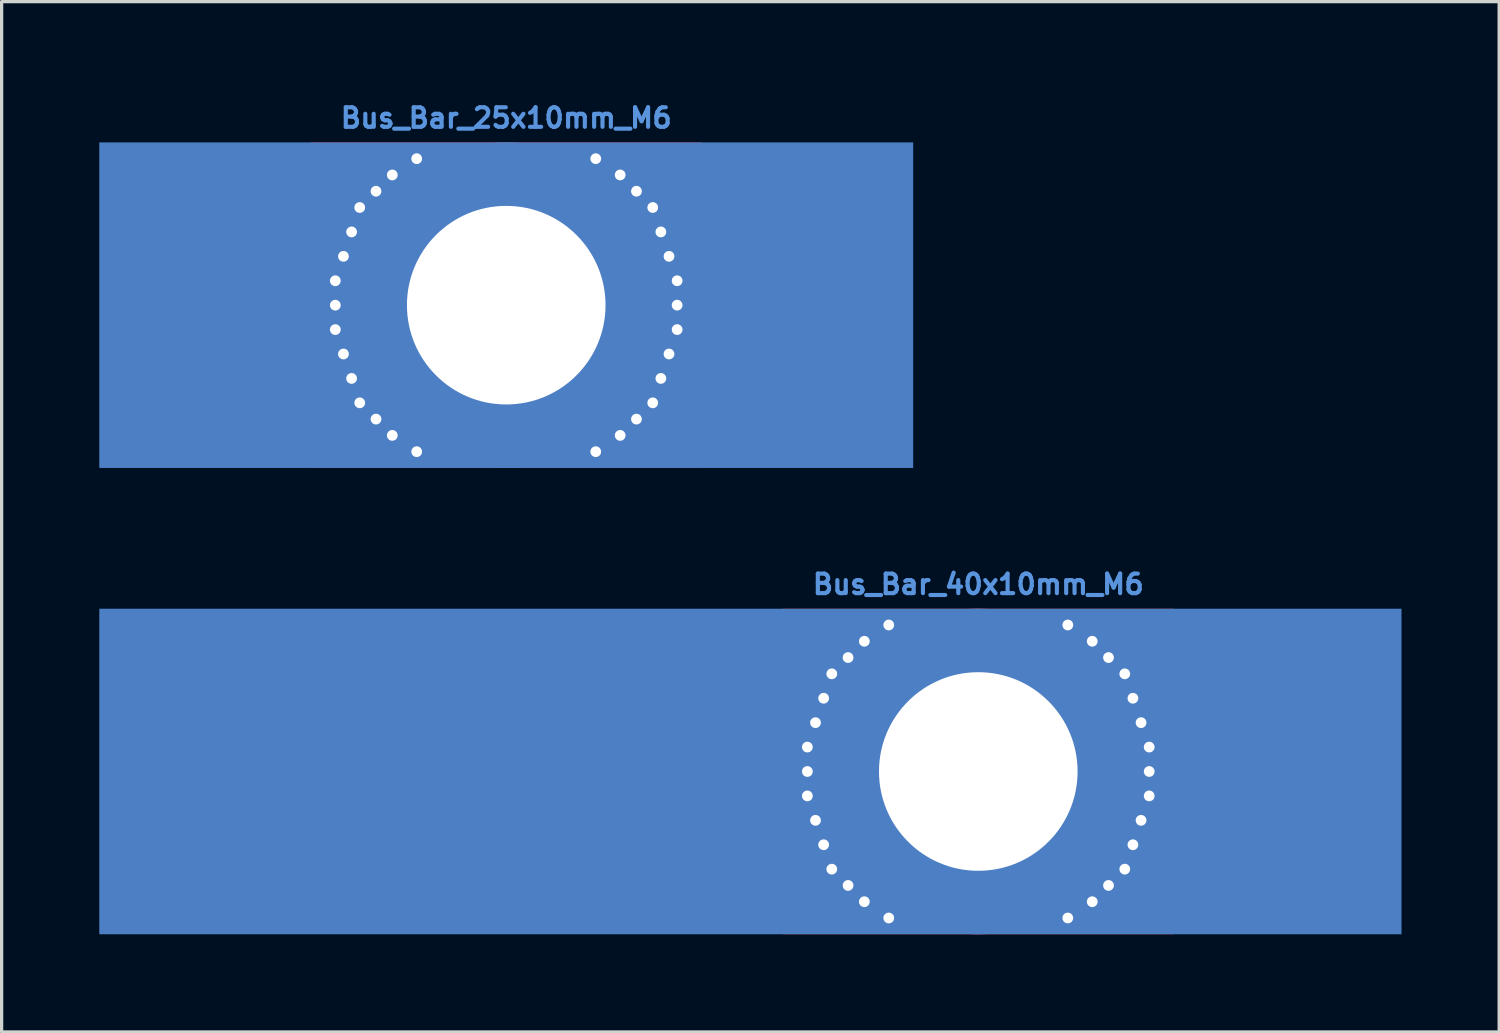
<source format=kicad_pcb>
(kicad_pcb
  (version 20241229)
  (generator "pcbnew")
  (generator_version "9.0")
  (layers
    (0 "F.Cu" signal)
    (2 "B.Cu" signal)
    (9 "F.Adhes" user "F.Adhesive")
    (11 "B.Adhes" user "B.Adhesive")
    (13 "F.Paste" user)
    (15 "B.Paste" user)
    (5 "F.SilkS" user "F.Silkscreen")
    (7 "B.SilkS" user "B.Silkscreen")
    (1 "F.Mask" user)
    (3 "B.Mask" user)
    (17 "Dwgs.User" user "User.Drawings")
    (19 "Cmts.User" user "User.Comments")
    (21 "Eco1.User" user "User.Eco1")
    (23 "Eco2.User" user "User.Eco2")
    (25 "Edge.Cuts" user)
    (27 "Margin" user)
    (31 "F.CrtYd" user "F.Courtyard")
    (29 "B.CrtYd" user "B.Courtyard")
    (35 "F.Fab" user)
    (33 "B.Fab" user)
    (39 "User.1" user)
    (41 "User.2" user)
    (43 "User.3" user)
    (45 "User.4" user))
  (footprint "Bus_Bar_40x10mm_M6"
    (layer "F.Cu")
    (at 20 20.648)
    (property "Reference" "Bus_Bar_40x10mm_M6" (at 7 -5.75 0) (layer "Cmts.User") (effects (font (size 0.6 0.6) (thickness 0.127))))
    (attr exclude_from_pos_files exclude_from_bom)
    (pad "1" connect rect (at 0 0) (size 40 10) (layers "B.Cu" "B.Mask"))
    (pad "1" thru_hole circle (at 1.75 -0.75) (size 0.8 0.8) (drill 0.33) (layers "*.Cu" "*.Mask"))
    (pad "1" thru_hole circle (at 1.75 0) (size 0.8 0.8) (drill 0.33) (layers "*.Cu" "*.Mask"))
    (pad "1" thru_hole circle (at 1.75 0.75) (size 0.8 0.8) (drill 0.33) (layers "*.Cu" "*.Mask"))
    (pad "1" thru_hole circle (at 2 -1.5) (size 0.8 0.8) (drill 0.33) (layers "*.Cu" "*.Mask"))
    (pad "1" thru_hole circle (at 2 1.5) (size 0.8 0.8) (drill 0.33) (layers "*.Cu" "*.Mask"))
    (pad "1" thru_hole circle (at 2.25 -2.25) (size 0.8 0.8) (drill 0.33) (layers "*.Cu" "*.Mask"))
    (pad "1" thru_hole circle (at 2.25 2.25) (size 0.8 0.8) (drill 0.33) (layers "*.Cu" "*.Mask"))
    (pad "1" thru_hole circle (at 2.5 -3) (size 0.8 0.8) (drill 0.33) (layers "*.Cu" "*.Mask"))
    (pad "1" thru_hole circle (at 2.5 3) (size 0.8 0.8) (drill 0.33) (layers "*.Cu" "*.Mask"))
    (pad "1" thru_hole circle (at 3 -3.5) (size 0.8 0.8) (drill 0.33) (layers "*.Cu" "*.Mask"))
    (pad "1" thru_hole circle (at 3 3.5) (size 0.8 0.8) (drill 0.33) (layers "*.Cu" "*.Mask"))
    (pad "1" thru_hole circle (at 3.5 -4) (size 0.8 0.8) (drill 0.33) (layers "*.Cu" "*.Mask"))
    (pad "1" thru_hole circle (at 3.5 4) (size 0.8 0.8) (drill 0.33) (layers "*.Cu" "*.Mask"))
    (pad "1" thru_hole circle (at 4.25 -4.5) (size 0.8 0.8) (drill 0.33) (layers "*.Cu" "*.Mask"))
    (pad "1" thru_hole circle (at 4.25 4.5) (size 0.8 0.8) (drill 0.33) (layers "*.Cu" "*.Mask"))
    (pad "1" thru_hole circle (at 7 0) (size 10 10) (drill 6.1) (layers "*.Cu" "*.Mask"))
    (pad "1" connect rect (at 7 0) (size 12 10) (layers "F.Cu" "F.Mask"))
    (pad "1" thru_hole circle (at 9.75 -4.5) (size 0.8 0.8) (drill 0.33) (layers "*.Cu" "*.Mask"))
    (pad "1" thru_hole circle (at 9.75 4.5) (size 0.8 0.8) (drill 0.33) (layers "*.Cu" "*.Mask"))
    (pad "1" thru_hole circle (at 10.5 -4) (size 0.8 0.8) (drill 0.33) (layers "*.Cu" "*.Mask"))
    (pad "1" thru_hole circle (at 10.5 4) (size 0.8 0.8) (drill 0.33) (layers "*.Cu" "*.Mask"))
    (pad "1" thru_hole circle (at 11 -3.5) (size 0.8 0.8) (drill 0.33) (layers "*.Cu" "*.Mask"))
    (pad "1" thru_hole circle (at 11 3.5) (size 0.8 0.8) (drill 0.33) (layers "*.Cu" "*.Mask"))
    (pad "1" thru_hole circle (at 11.5 -3) (size 0.8 0.8) (drill 0.33) (layers "*.Cu" "*.Mask"))
    (pad "1" thru_hole circle (at 11.5 3) (size 0.8 0.8) (drill 0.33) (layers "*.Cu" "*.Mask"))
    (pad "1" thru_hole circle (at 11.75 -2.25) (size 0.8 0.8) (drill 0.33) (layers "*.Cu" "*.Mask"))
    (pad "1" thru_hole circle (at 11.75 2.25) (size 0.8 0.8) (drill 0.33) (layers "*.Cu" "*.Mask"))
    (pad "1" thru_hole circle (at 12 -1.5) (size 0.8 0.8) (drill 0.33) (layers "*.Cu" "*.Mask"))
    (pad "1" thru_hole circle (at 12 1.5) (size 0.8 0.8) (drill 0.33) (layers "*.Cu" "*.Mask"))
    (pad "1" thru_hole circle (at 12.25 -0.75) (size 0.8 0.8) (drill 0.33) (layers "*.Cu" "*.Mask"))
    (pad "1" thru_hole circle (at 12.25 0) (size 0.8 0.8) (drill 0.33) (layers "*.Cu" "*.Mask"))
    (pad "1" thru_hole circle (at 12.25 0.75) (size 0.8 0.8) (drill 0.33) (layers "*.Cu" "*.Mask")))
  (footprint "Bus_Bar_25x10mm_M6"
    (layer "F.Cu")
    (at 12.5 6.324)
    (property "Reference" "Bus_Bar_25x10mm_M6" (at 0 -5.75 0) (layer "Cmts.User") (effects (font (size 0.6 0.6) (thickness 0.127))))
    (attr exclude_from_pos_files exclude_from_bom)
    (pad "1" thru_hole circle (at -5.25 -0.75) (size 0.8 0.8) (drill 0.33) (layers "*.Cu" "*.Mask"))
    (pad "1" thru_hole circle (at -5.25 0) (size 0.8 0.8) (drill 0.33) (layers "*.Cu" "*.Mask"))
    (pad "1" thru_hole circle (at -5.25 0.75) (size 0.8 0.8) (drill 0.33) (layers "*.Cu" "*.Mask"))
    (pad "1" thru_hole circle (at -5 -1.5) (size 0.8 0.8) (drill 0.33) (layers "*.Cu" "*.Mask"))
    (pad "1" thru_hole circle (at -5 1.5) (size 0.8 0.8) (drill 0.33) (layers "*.Cu" "*.Mask"))
    (pad "1" thru_hole circle (at -4.75 -2.25) (size 0.8 0.8) (drill 0.33) (layers "*.Cu" "*.Mask"))
    (pad "1" thru_hole circle (at -4.75 2.25) (size 0.8 0.8) (drill 0.33) (layers "*.Cu" "*.Mask"))
    (pad "1" thru_hole circle (at -4.5 -3) (size 0.8 0.8) (drill 0.33) (layers "*.Cu" "*.Mask"))
    (pad "1" thru_hole circle (at -4.5 3) (size 0.8 0.8) (drill 0.33) (layers "*.Cu" "*.Mask"))
    (pad "1" thru_hole circle (at -4 -3.5) (size 0.8 0.8) (drill 0.33) (layers "*.Cu" "*.Mask"))
    (pad "1" thru_hole circle (at -4 3.5) (size 0.8 0.8) (drill 0.33) (layers "*.Cu" "*.Mask"))
    (pad "1" thru_hole circle (at -3.5 -4) (size 0.8 0.8) (drill 0.33) (layers "*.Cu" "*.Mask"))
    (pad "1" thru_hole circle (at -3.5 4) (size 0.8 0.8) (drill 0.33) (layers "*.Cu" "*.Mask"))
    (pad "1" thru_hole circle (at -2.75 -4.5) (size 0.8 0.8) (drill 0.33) (layers "*.Cu" "*.Mask"))
    (pad "1" thru_hole circle (at -2.75 4.5) (size 0.8 0.8) (drill 0.33) (layers "*.Cu" "*.Mask"))
    (pad "1" thru_hole circle (at 0 0) (size 10 10) (drill 6.1) (layers "*.Cu" "*.Mask"))
    (pad "1" connect rect (at 0 0) (size 12 10) (layers "F.Cu" "F.Mask"))
    (pad "1" connect rect (at 0 0) (size 25 10) (layers "B.Cu" "B.Mask"))
    (pad "1" thru_hole circle (at 2.75 -4.5) (size 0.8 0.8) (drill 0.33) (layers "*.Cu" "*.Mask"))
    (pad "1" thru_hole circle (at 2.75 4.5) (size 0.8 0.8) (drill 0.33) (layers "*.Cu" "*.Mask"))
    (pad "1" thru_hole circle (at 3.5 -4) (size 0.8 0.8) (drill 0.33) (layers "*.Cu" "*.Mask"))
    (pad "1" thru_hole circle (at 3.5 4) (size 0.8 0.8) (drill 0.33) (layers "*.Cu" "*.Mask"))
    (pad "1" thru_hole circle (at 4 -3.5) (size 0.8 0.8) (drill 0.33) (layers "*.Cu" "*.Mask"))
    (pad "1" thru_hole circle (at 4 3.5) (size 0.8 0.8) (drill 0.33) (layers "*.Cu" "*.Mask"))
    (pad "1" thru_hole circle (at 4.5 -3) (size 0.8 0.8) (drill 0.33) (layers "*.Cu" "*.Mask"))
    (pad "1" thru_hole circle (at 4.5 3) (size 0.8 0.8) (drill 0.33) (layers "*.Cu" "*.Mask"))
    (pad "1" thru_hole circle (at 4.75 -2.25) (size 0.8 0.8) (drill 0.33) (layers "*.Cu" "*.Mask"))
    (pad "1" thru_hole circle (at 4.75 2.25) (size 0.8 0.8) (drill 0.33) (layers "*.Cu" "*.Mask"))
    (pad "1" thru_hole circle (at 5 -1.5) (size 0.8 0.8) (drill 0.33) (layers "*.Cu" "*.Mask"))
    (pad "1" thru_hole circle (at 5 1.5) (size 0.8 0.8) (drill 0.33) (layers "*.Cu" "*.Mask"))
    (pad "1" thru_hole circle (at 5.25 -0.75) (size 0.8 0.8) (drill 0.33) (layers "*.Cu" "*.Mask"))
    (pad "1" thru_hole circle (at 5.25 0) (size 0.8 0.8) (drill 0.33) (layers "*.Cu" "*.Mask"))
    (pad "1" thru_hole circle (at 5.25 0.75) (size 0.8 0.8) (drill 0.33) (layers "*.Cu" "*.Mask")))
  (gr_rect
    (start -3 -3)
    (end 43 28.648)
    (stroke (width 0.1) (type default))
    (fill no)
    (layer "Edge.Cuts")))
</source>
